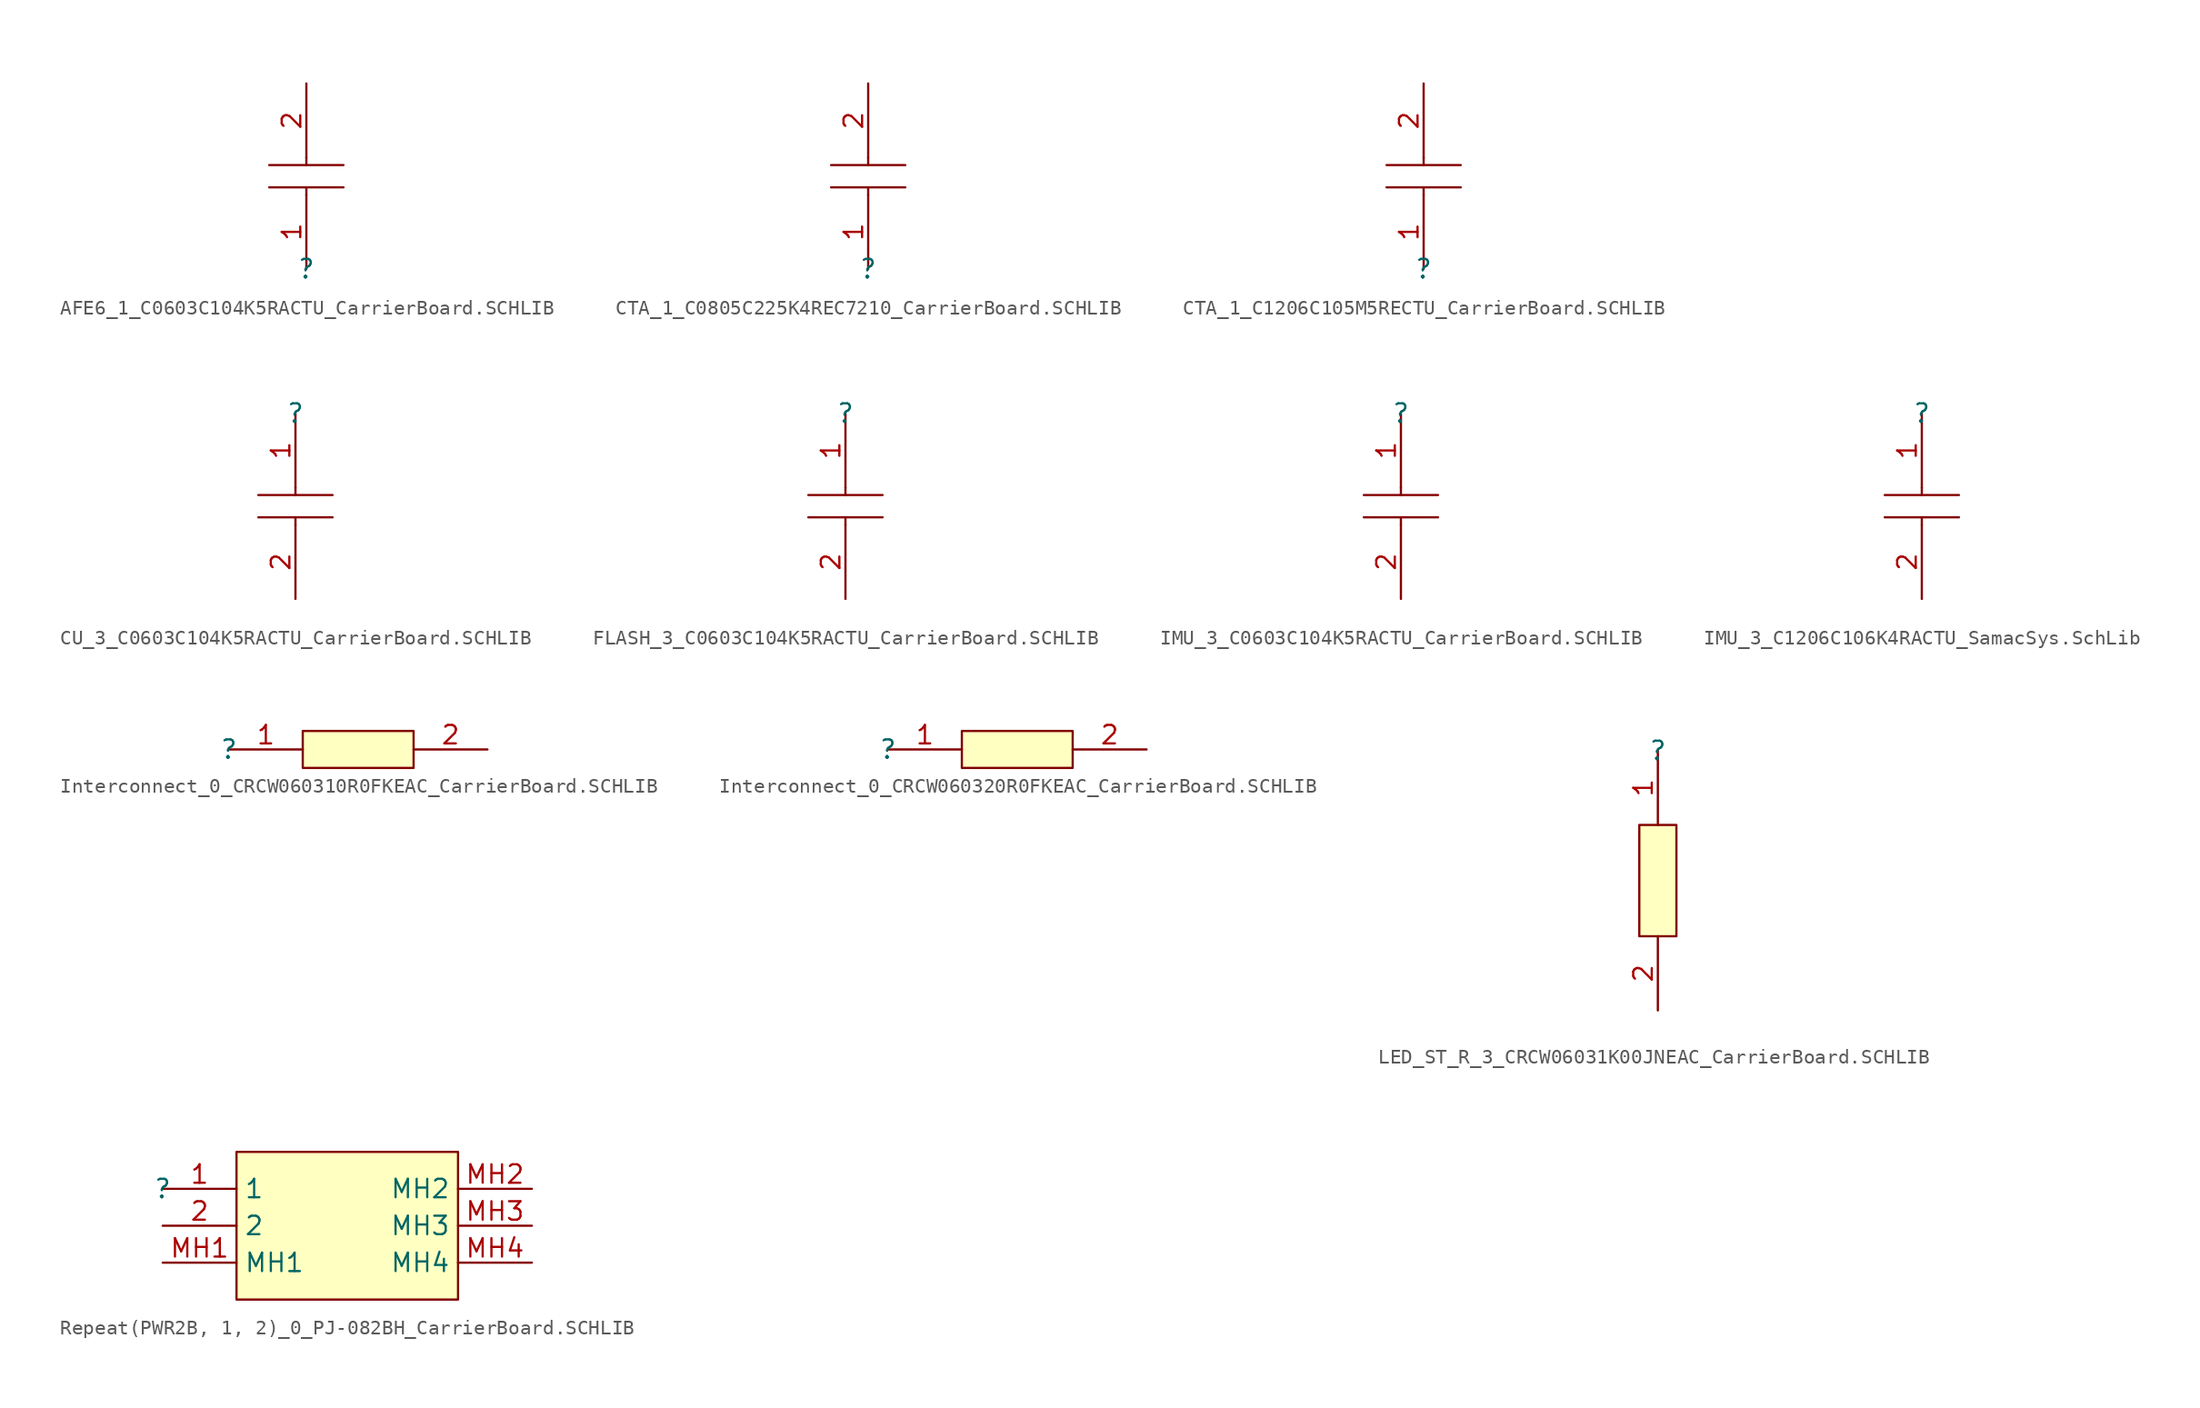
<source format=kicad_sym>
(kicad_symbol_lib
  (version 20241209)
  (generator "kicad_symbol_editor")
  (generator_version "9.0")
  (symbol "AFE6_1_C0603C104K5RACTU_CarrierBoard.SCHLIB"
    (pin_names
      (hide yes))
    (property "Reference" ""
      (at 0 0 0)
      (effects (font (size 1.27 1.27))))
    (property "Value" ""
      (at 0 0 0)
      (effects (font (size 1.27 1.27))))
    (symbol "AFE6_1_C0603C104K5RACTU_CarrierBoard.SCHLIB_1_0"
      (polyline (pts (xy -2.54 7.112) (xy 2.54 7.112)) (stroke (width 0) (type solid)) (fill (type none)))
      (polyline (pts (xy -2.54 5.588) (xy 2.54 5.588)) (stroke (width 0) (type solid)) (fill (type none)))
      (polyline (pts (xy 0 7.112) (xy 0 7.62)) (stroke (width 0) (type solid)) (fill (type none)))
      (polyline (pts (xy 0 5.08) (xy 0 5.588)) (stroke (width 0) (type solid)) (fill (type none)))
      (pin passive line (at 0 12.7 270) (length 5.08) (name "2" (effects (font (size 1.27 1.27)))) (number "2" (effects (font (size 1.27 1.27)))))
      (pin passive line (at 0 0 90) (length 5.08) (name "1" (effects (font (size 1.27 1.27)))) (number "1" (effects (font (size 1.27 1.27)))))))
  (symbol "CTA_1_C0805C225K4REC7210_CarrierBoard.SCHLIB"
    (pin_names
      (hide yes))
    (property "Reference" ""
      (at 0 0 0)
      (effects (font (size 1.27 1.27))))
    (property "Value" ""
      (at 0 0 0)
      (effects (font (size 1.27 1.27))))
    (symbol "CTA_1_C0805C225K4REC7210_CarrierBoard.SCHLIB_1_0"
      (polyline (pts (xy -2.54 7.112) (xy 2.54 7.112)) (stroke (width 0) (type solid)) (fill (type none)))
      (polyline (pts (xy -2.54 5.588) (xy 2.54 5.588)) (stroke (width 0) (type solid)) (fill (type none)))
      (polyline (pts (xy 0 7.112) (xy 0 7.62)) (stroke (width 0) (type solid)) (fill (type none)))
      (polyline (pts (xy 0 5.08) (xy 0 5.588)) (stroke (width 0) (type solid)) (fill (type none)))
      (pin passive line (at 0 12.7 270) (length 5.08) (name "2" (effects (font (size 1.27 1.27)))) (number "2" (effects (font (size 1.27 1.27)))))
      (pin passive line (at 0 0 90) (length 5.08) (name "1" (effects (font (size 1.27 1.27)))) (number "1" (effects (font (size 1.27 1.27)))))))
  (symbol "CTA_1_C1206C105M5RECTU_CarrierBoard.SCHLIB"
    (pin_names
      (hide yes))
    (property "Reference" ""
      (at 0 0 0)
      (effects (font (size 1.27 1.27))))
    (property "Value" ""
      (at 0 0 0)
      (effects (font (size 1.27 1.27))))
    (symbol "CTA_1_C1206C105M5RECTU_CarrierBoard.SCHLIB_1_0"
      (polyline (pts (xy -2.54 7.112) (xy 2.54 7.112)) (stroke (width 0) (type solid)) (fill (type none)))
      (polyline (pts (xy -2.54 5.588) (xy 2.54 5.588)) (stroke (width 0) (type solid)) (fill (type none)))
      (polyline (pts (xy 0 7.112) (xy 0 7.62)) (stroke (width 0) (type solid)) (fill (type none)))
      (polyline (pts (xy 0 5.08) (xy 0 5.588)) (stroke (width 0) (type solid)) (fill (type none)))
      (pin passive line (at 0 12.7 270) (length 5.08) (name "2" (effects (font (size 1.27 1.27)))) (number "2" (effects (font (size 1.27 1.27)))))
      (pin passive line (at 0 0 90) (length 5.08) (name "1" (effects (font (size 1.27 1.27)))) (number "1" (effects (font (size 1.27 1.27)))))))
  (symbol "CU_3_C0603C104K5RACTU_CarrierBoard.SCHLIB"
    (pin_names
      (hide yes))
    (property "Reference" ""
      (at 0 0 0)
      (effects (font (size 1.27 1.27))))
    (property "Value" ""
      (at 0 0 0)
      (effects (font (size 1.27 1.27))))
    (symbol "CU_3_C0603C104K5RACTU_CarrierBoard.SCHLIB_1_0"
      (polyline (pts (xy 0 -5.08) (xy 0 -5.588)) (stroke (width 0) (type solid)) (fill (type none)))
      (polyline (pts (xy 0 -7.112) (xy 0 -7.62)) (stroke (width 0) (type solid)) (fill (type none)))
      (polyline (pts (xy 2.54 -5.588) (xy -2.54 -5.588)) (stroke (width 0) (type solid)) (fill (type none)))
      (polyline (pts (xy 2.54 -7.112) (xy -2.54 -7.112)) (stroke (width 0) (type solid)) (fill (type none)))
      (pin passive line (at 0 0 270) (length 5.08) (name "1" (effects (font (size 1.27 1.27)))) (number "1" (effects (font (size 1.27 1.27)))))
      (pin passive line (at 0 -12.7 90) (length 5.08) (name "2" (effects (font (size 1.27 1.27)))) (number "2" (effects (font (size 1.27 1.27)))))))
  (symbol "FLASH_3_C0603C104K5RACTU_CarrierBoard.SCHLIB"
    (pin_names
      (hide yes))
    (property "Reference" ""
      (at 0 0 0)
      (effects (font (size 1.27 1.27))))
    (property "Value" ""
      (at 0 0 0)
      (effects (font (size 1.27 1.27))))
    (symbol "FLASH_3_C0603C104K5RACTU_CarrierBoard.SCHLIB_1_0"
      (polyline (pts (xy 0 -5.08) (xy 0 -5.588)) (stroke (width 0) (type solid)) (fill (type none)))
      (polyline (pts (xy 0 -7.112) (xy 0 -7.62)) (stroke (width 0) (type solid)) (fill (type none)))
      (polyline (pts (xy 2.54 -5.588) (xy -2.54 -5.588)) (stroke (width 0) (type solid)) (fill (type none)))
      (polyline (pts (xy 2.54 -7.112) (xy -2.54 -7.112)) (stroke (width 0) (type solid)) (fill (type none)))
      (pin passive line (at 0 0 270) (length 5.08) (name "1" (effects (font (size 1.27 1.27)))) (number "1" (effects (font (size 1.27 1.27)))))
      (pin passive line (at 0 -12.7 90) (length 5.08) (name "2" (effects (font (size 1.27 1.27)))) (number "2" (effects (font (size 1.27 1.27)))))))
  (symbol "IMU_3_C0603C104K5RACTU_CarrierBoard.SCHLIB"
    (pin_names
      (hide yes))
    (property "Reference" ""
      (at 0 0 0)
      (effects (font (size 1.27 1.27))))
    (property "Value" ""
      (at 0 0 0)
      (effects (font (size 1.27 1.27))))
    (symbol "IMU_3_C0603C104K5RACTU_CarrierBoard.SCHLIB_1_0"
      (polyline (pts (xy 0 -5.08) (xy 0 -5.588)) (stroke (width 0) (type solid)) (fill (type none)))
      (polyline (pts (xy 0 -7.112) (xy 0 -7.62)) (stroke (width 0) (type solid)) (fill (type none)))
      (polyline (pts (xy 2.54 -5.588) (xy -2.54 -5.588)) (stroke (width 0) (type solid)) (fill (type none)))
      (polyline (pts (xy 2.54 -7.112) (xy -2.54 -7.112)) (stroke (width 0) (type solid)) (fill (type none)))
      (pin passive line (at 0 0 270) (length 5.08) (name "1" (effects (font (size 1.27 1.27)))) (number "1" (effects (font (size 1.27 1.27)))))
      (pin passive line (at 0 -12.7 90) (length 5.08) (name "2" (effects (font (size 1.27 1.27)))) (number "2" (effects (font (size 1.27 1.27)))))))
  (symbol "IMU_3_C1206C106K4RACTU_SamacSys.SchLib"
    (pin_names
      (hide yes))
    (property "Reference" ""
      (at 0 0 0)
      (effects (font (size 1.27 1.27))))
    (property "Value" ""
      (at 0 0 0)
      (effects (font (size 1.27 1.27))))
    (symbol "IMU_3_C1206C106K4RACTU_SamacSys.SchLib_1_0"
      (polyline (pts (xy 0 -5.08) (xy 0 -5.588)) (stroke (width 0) (type solid)) (fill (type none)))
      (polyline (pts (xy 0 -7.112) (xy 0 -7.62)) (stroke (width 0) (type solid)) (fill (type none)))
      (polyline (pts (xy 2.54 -5.588) (xy -2.54 -5.588)) (stroke (width 0) (type solid)) (fill (type none)))
      (polyline (pts (xy 2.54 -7.112) (xy -2.54 -7.112)) (stroke (width 0) (type solid)) (fill (type none)))
      (pin passive line (at 0 0 270) (length 5.08) (name "1" (effects (font (size 1.27 1.27)))) (number "1" (effects (font (size 1.27 1.27)))))
      (pin passive line (at 0 -12.7 90) (length 5.08) (name "2" (effects (font (size 1.27 1.27)))) (number "2" (effects (font (size 1.27 1.27)))))))
  (symbol "Interconnect_0_CRCW060310R0FKEAC_CarrierBoard.SCHLIB"
    (pin_names
      (hide yes))
    (property "Reference" ""
      (at 0 0 0)
      (effects (font (size 1.27 1.27))))
    (property "Value" ""
      (at 0 0 0)
      (effects (font (size 1.27 1.27))))
    (symbol "Interconnect_0_CRCW060310R0FKEAC_CarrierBoard.SCHLIB_1_0"
      (rectangle (start 12.7 1.27) (end 5.08 -1.27) (stroke (width 0) (type solid) (color 128 0 0 1)) (fill (type background)))
      (pin passive line (at 0 0 0) (length 5.08) (name "1" (effects (font (size 1.27 1.27)))) (number "1" (effects (font (size 1.27 1.27)))))
      (pin passive line (at 17.78 0 180) (length 5.08) (name "2" (effects (font (size 1.27 1.27)))) (number "2" (effects (font (size 1.27 1.27)))))))
  (symbol "Interconnect_0_CRCW060320R0FKEAC_CarrierBoard.SCHLIB"
    (pin_names
      (hide yes))
    (property "Reference" ""
      (at 0 0 0)
      (effects (font (size 1.27 1.27))))
    (property "Value" ""
      (at 0 0 0)
      (effects (font (size 1.27 1.27))))
    (symbol "Interconnect_0_CRCW060320R0FKEAC_CarrierBoard.SCHLIB_1_0"
      (rectangle (start 12.7 1.27) (end 5.08 -1.27) (stroke (width 0) (type solid) (color 128 0 0 1)) (fill (type background)))
      (pin passive line (at 0 0 0) (length 5.08) (name "1" (effects (font (size 1.27 1.27)))) (number "1" (effects (font (size 1.27 1.27)))))
      (pin passive line (at 17.78 0 180) (length 5.08) (name "2" (effects (font (size 1.27 1.27)))) (number "2" (effects (font (size 1.27 1.27)))))))
  (symbol "LED_ST_R_3_CRCW06031K00JNEAC_CarrierBoard.SCHLIB"
    (pin_names
      (hide yes))
    (property "Reference" ""
      (at 0 0 0)
      (effects (font (size 1.27 1.27))))
    (property "Value" ""
      (at 0 0 0)
      (effects (font (size 1.27 1.27))))
    (symbol "LED_ST_R_3_CRCW06031K00JNEAC_CarrierBoard.SCHLIB_1_0"
      (rectangle (start 1.27 -5.08) (end -1.27 -12.7) (stroke (width 0) (type solid) (color 128 0 0 1)) (fill (type background)))
      (pin passive line (at 0 0 270) (length 5.08) (name "1" (effects (font (size 1.27 1.27)))) (number "1" (effects (font (size 1.27 1.27)))))
      (pin passive line (at 0 -17.78 90) (length 5.08) (name "2" (effects (font (size 1.27 1.27)))) (number "2" (effects (font (size 1.27 1.27)))))))
  (symbol "Repeat(PWR2B, 1, 2)_0_PJ-082BH_CarrierBoard.SCHLIB"
    (property "Reference" ""
      (at 0 0 0)
      (effects (font (size 1.27 1.27))))
    (property "Value" ""
      (at 0 0 0)
      (effects (font (size 1.27 1.27))))
    (symbol "Repeat(PWR2B, 1, 2)_0_PJ-082BH_CarrierBoard.SCHLIB_1_0"
      (rectangle (start 20.32 2.54) (end 5.08 -7.62) (stroke (width 0) (type solid) (color 128 0 0 1)) (fill (type background)))
      (pin passive line (at 0 0 0) (length 5.08) (name "1" (effects (font (size 1.27 1.27)))) (number "1" (effects (font (size 1.27 1.27)))))
      (pin passive line (at 0 -2.54 0) (length 5.08) (name "2" (effects (font (size 1.27 1.27)))) (number "2" (effects (font (size 1.27 1.27)))))
      (pin passive line (at 0 -5.08 0) (length 5.08) (name "MH1" (effects (font (size 1.27 1.27)))) (number "MH1" (effects (font (size 1.27 1.27)))))
      (pin passive line (at 25.4 0 180) (length 5.08) (name "MH2" (effects (font (size 1.27 1.27)))) (number "MH2" (effects (font (size 1.27 1.27)))))
      (pin passive line (at 25.4 -2.54 180) (length 5.08) (name "MH3" (effects (font (size 1.27 1.27)))) (number "MH3" (effects (font (size 1.27 1.27)))))
      (pin passive line (at 25.4 -5.08 180) (length 5.08) (name "MH4" (effects (font (size 1.27 1.27)))) (number "MH4" (effects (font (size 1.27 1.27))))))))
</source>
